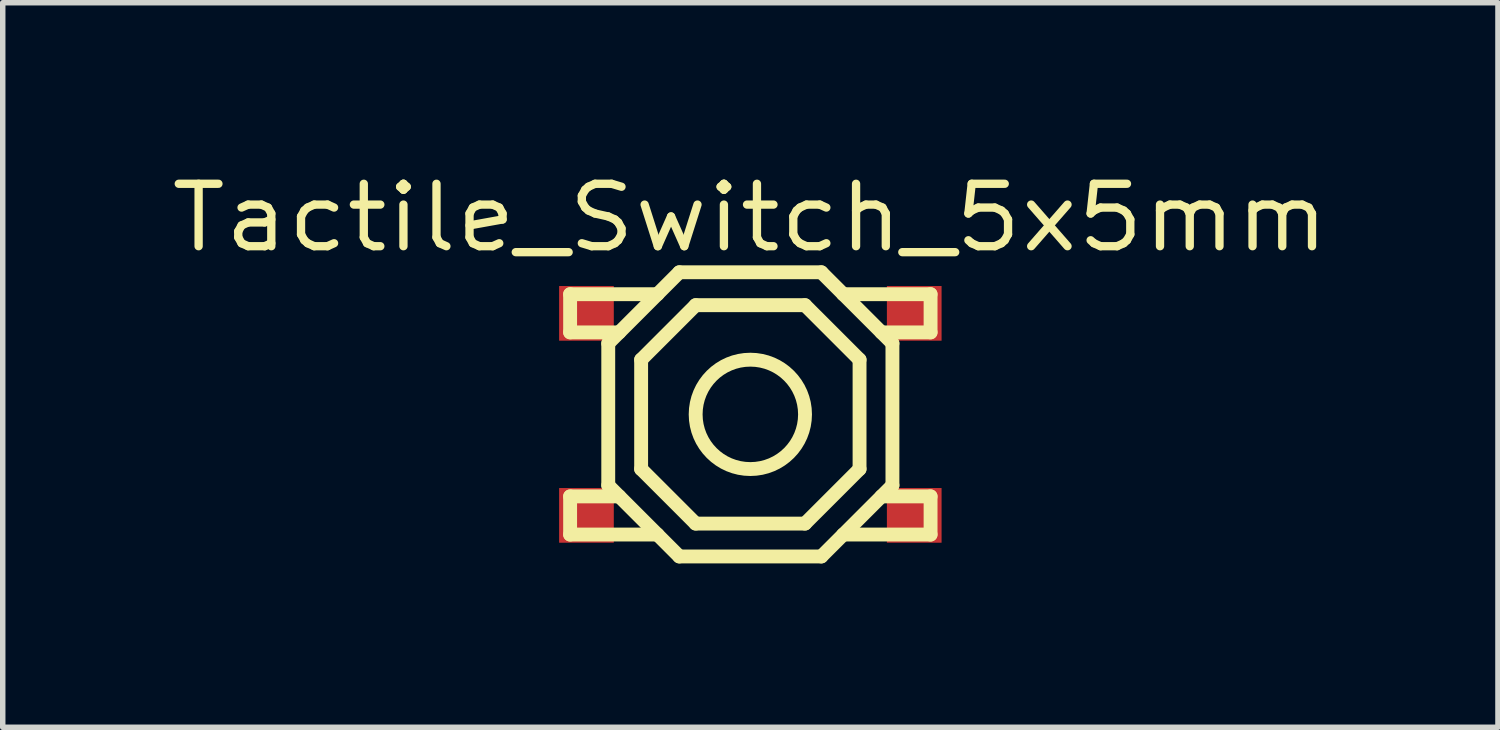
<source format=kicad_pcb>
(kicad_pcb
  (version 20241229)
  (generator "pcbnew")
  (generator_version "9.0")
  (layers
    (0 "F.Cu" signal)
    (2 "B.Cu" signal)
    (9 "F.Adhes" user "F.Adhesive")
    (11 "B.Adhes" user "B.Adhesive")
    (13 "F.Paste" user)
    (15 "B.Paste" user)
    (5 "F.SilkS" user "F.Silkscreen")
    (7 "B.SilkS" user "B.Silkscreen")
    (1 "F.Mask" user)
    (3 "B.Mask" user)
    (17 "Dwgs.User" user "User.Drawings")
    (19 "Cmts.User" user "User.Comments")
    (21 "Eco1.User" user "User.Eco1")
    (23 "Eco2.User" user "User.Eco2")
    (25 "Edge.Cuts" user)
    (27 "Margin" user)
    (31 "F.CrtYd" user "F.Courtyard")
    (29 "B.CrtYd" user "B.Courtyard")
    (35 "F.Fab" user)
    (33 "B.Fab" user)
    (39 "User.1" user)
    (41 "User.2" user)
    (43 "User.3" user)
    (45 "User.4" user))
  (footprint "Tactile_Switch_5x5mm"
    (layer "F.Cu")
    (at 10.685 4.535)
    (property "Reference" "Tactile_Switch_5x5mm" (at 0 -3.599 0) (layer "F.SilkS") (effects (font (size 1.143 1.27) (thickness 0.152))))
    (attr through_hole)
    (fp_line (start -3.299 -2.2) (end -3.299 -1.501) (stroke (width 0.254) (type solid)) (layer "F.SilkS"))
    (fp_line (start -3.299 -1.501) (end -2.4 -1.501) (stroke (width 0.254) (type solid)) (layer "F.SilkS"))
    (fp_line (start -3.299 1.501) (end -3.299 2.2) (stroke (width 0.254) (type solid)) (layer "F.SilkS"))
    (fp_line (start -3.299 1.501) (end -2.4 1.501) (stroke (width 0.254) (type solid)) (layer "F.SilkS"))
    (fp_line (start -3.299 2.2) (end -1.699 2.2) (stroke (width 0.254) (type solid)) (layer "F.SilkS"))
    (fp_line (start -2.601 -1.3) (end -2.601 1.3) (stroke (width 0.254) (type solid)) (layer "F.SilkS"))
    (fp_line (start -2.601 1.3) (end -1.3 2.601) (stroke (width 0.254) (type solid)) (layer "F.SilkS"))
    (fp_line (start -1.999 -1.001) (end -1.999 1.001) (stroke (width 0.254) (type solid)) (layer "F.SilkS"))
    (fp_line (start -1.999 1.001) (end -1.001 1.999) (stroke (width 0.254) (type solid)) (layer "F.SilkS"))
    (fp_line (start -1.699 -2.2) (end -3.299 -2.2) (stroke (width 0.254) (type solid)) (layer "F.SilkS"))
    (fp_line (start -1.3 -2.601) (end -2.601 -1.3) (stroke (width 0.254) (type solid)) (layer "F.SilkS"))
    (fp_line (start -1.3 2.601) (end 1.3 2.601) (stroke (width 0.254) (type solid)) (layer "F.SilkS"))
    (fp_line (start -1.001 -1.999) (end -1.999 -1.001) (stroke (width 0.254) (type solid)) (layer "F.SilkS"))
    (fp_line (start -1.001 1.999) (end 1.001 1.999) (stroke (width 0.254) (type solid)) (layer "F.SilkS"))
    (fp_line (start 1.001 -1.999) (end -1.001 -1.999) (stroke (width 0.254) (type solid)) (layer "F.SilkS"))
    (fp_line (start 1.001 1.999) (end 1.999 1.001) (stroke (width 0.254) (type solid)) (layer "F.SilkS"))
    (fp_line (start 1.3 -2.601) (end -1.3 -2.601) (stroke (width 0.254) (type solid)) (layer "F.SilkS"))
    (fp_line (start 1.3 2.601) (end 2.601 1.3) (stroke (width 0.254) (type solid)) (layer "F.SilkS"))
    (fp_line (start 1.699 2.2) (end 3.299 2.2) (stroke (width 0.254) (type solid)) (layer "F.SilkS"))
    (fp_line (start 1.999 -1.001) (end 1.001 -1.999) (stroke (width 0.254) (type solid)) (layer "F.SilkS"))
    (fp_line (start 1.999 1.001) (end 1.999 -1.001) (stroke (width 0.254) (type solid)) (layer "F.SilkS"))
    (fp_line (start 2.4 -1.501) (end 3.299 -1.501) (stroke (width 0.254) (type solid)) (layer "F.SilkS"))
    (fp_line (start 2.601 -1.3) (end 1.3 -2.601) (stroke (width 0.254) (type solid)) (layer "F.SilkS"))
    (fp_line (start 2.601 1.3) (end 2.601 -1.3) (stroke (width 0.254) (type solid)) (layer "F.SilkS"))
    (fp_line (start 3.299 -2.2) (end 1.699 -2.2) (stroke (width 0.254) (type solid)) (layer "F.SilkS"))
    (fp_line (start 3.299 -1.501) (end 3.299 -2.2) (stroke (width 0.254) (type solid)) (layer "F.SilkS"))
    (fp_line (start 3.299 1.501) (end 2.4 1.501) (stroke (width 0.254) (type solid)) (layer "F.SilkS"))
    (fp_line (start 3.299 2.2) (end 3.299 1.501) (stroke (width 0.254) (type solid)) (layer "F.SilkS"))
    (fp_circle (center 0 0) (end -1.001 0) (stroke (width 0.254) (type solid)) (fill no) (layer "F.SilkS"))
    (pad "1" smd rect (at -3 -1.849) (size 1.001 1.001) (layers "F.Cu" "F.Mask" "F.Paste"))
    (pad "2" smd rect (at 3 1.849) (size 1.001 1.001) (layers "F.Cu" "F.Mask" "F.Paste"))
    (pad "3" smd rect (at -3 1.849) (size 1.001 1.001) (layers "F.Cu" "F.Mask" "F.Paste"))
    (pad "4" smd rect (at 3 -1.849) (size 1.001 1.001) (layers "F.Cu" "F.Mask" "F.Paste")))
  (gr_rect
    (start -3 -3)
    (end 24.37 10.263)
    (stroke (width 0.1) (type default))
    (fill no)
    (layer "Edge.Cuts")))
</source>
